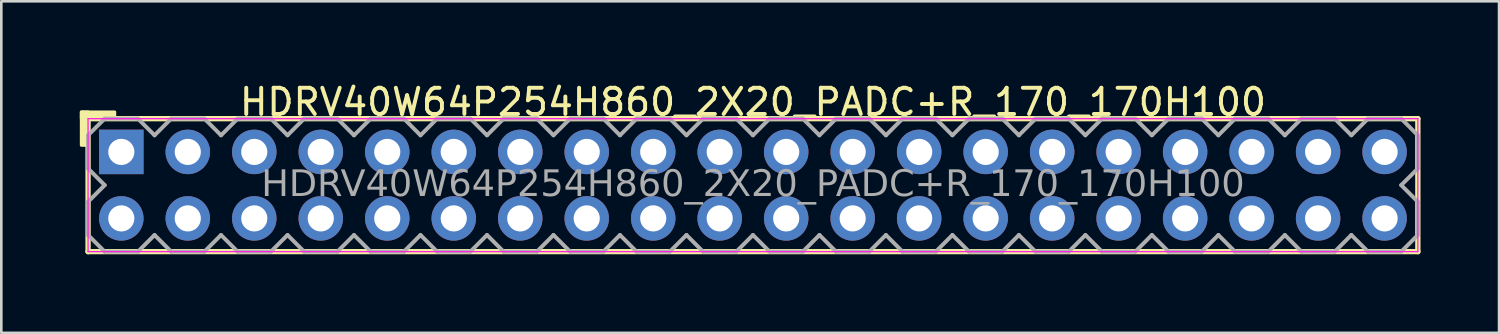
<source format=kicad_pcb>
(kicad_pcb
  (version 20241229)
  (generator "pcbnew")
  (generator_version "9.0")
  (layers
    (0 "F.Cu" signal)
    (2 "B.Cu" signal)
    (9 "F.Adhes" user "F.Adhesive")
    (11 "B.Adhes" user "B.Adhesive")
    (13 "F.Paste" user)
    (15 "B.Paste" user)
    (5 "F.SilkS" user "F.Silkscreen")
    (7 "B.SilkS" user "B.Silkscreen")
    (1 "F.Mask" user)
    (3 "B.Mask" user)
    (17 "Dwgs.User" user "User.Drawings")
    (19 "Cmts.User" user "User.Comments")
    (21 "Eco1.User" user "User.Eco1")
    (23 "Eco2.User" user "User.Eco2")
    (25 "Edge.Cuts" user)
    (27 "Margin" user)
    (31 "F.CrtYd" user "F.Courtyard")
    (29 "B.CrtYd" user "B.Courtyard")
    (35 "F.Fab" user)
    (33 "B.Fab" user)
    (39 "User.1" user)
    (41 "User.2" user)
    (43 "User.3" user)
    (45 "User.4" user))
  (footprint "HDRV40W64P254H860_2X20_PADC+R_170_170H100"
    (layer "F.Cu")
    (at 25.714 4.023)
    (property "Reference" "HDRV40W64P254H860_2X20_PADC+R_170_170H100" (at 0 -3.175 0) (layer "F.SilkS") (effects (font (size 1 1) (thickness 0.15))))
    (attr through_hole)
    (fp_line (start -25.4 2.54) (end -25.4 -2.54) (stroke (width 0.203) (type solid)) (layer "F.SilkS"))
    (fp_line (start 25.4 -2.54) (end -25.4 -2.54) (stroke (width 0.203) (type solid)) (layer "F.SilkS"))
    (fp_line (start 25.4 2.54) (end -25.4 2.54) (stroke (width 0.203) (type solid)) (layer "F.SilkS"))
    (fp_line (start 25.4 2.54) (end 25.4 -2.54) (stroke (width 0.203) (type solid)) (layer "F.SilkS"))
    (fp_rect (start -25.654 -1.524) (end -25.4 -2.794) (stroke (width 0.12) (type solid)) (fill yes) (layer "F.SilkS"))
    (fp_rect (start -24.384 -2.54) (end -25.654 -2.794) (stroke (width 0.12) (type solid)) (fill yes) (layer "F.SilkS"))
    (fp_line (start -25.4 2.54) (end -25.4 -2.54) (stroke (width 0.05) (type solid)) (layer "F.CrtYd"))
    (fp_line (start 25.4 -2.54) (end -25.4 -2.54) (stroke (width 0.05) (type solid)) (layer "F.CrtYd"))
    (fp_line (start 25.4 2.54) (end -25.4 2.54) (stroke (width 0.05) (type solid)) (layer "F.CrtYd"))
    (fp_line (start 25.4 2.54) (end 25.4 -2.54) (stroke (width 0.05) (type solid)) (layer "F.CrtYd"))
    (fp_line (start -25.4 -1.905) (end -25.4 -0.635) (stroke (width 0.152) (type solid)) (layer "F.Fab"))
    (fp_line (start -25.4 -1.905) (end -24.765 -2.54) (stroke (width 0.152) (type solid)) (layer "F.Fab"))
    (fp_line (start -25.4 0.635) (end -24.765 0) (stroke (width 0.152) (type solid)) (layer "F.Fab"))
    (fp_line (start -25.4 1.905) (end -25.4 0.635) (stroke (width 0.152) (type solid)) (layer "F.Fab"))
    (fp_line (start -24.765 -2.54) (end -23.495 -2.54) (stroke (width 0.152) (type solid)) (layer "F.Fab"))
    (fp_line (start -24.765 0) (end -25.4 -0.635) (stroke (width 0.152) (type solid)) (layer "F.Fab"))
    (fp_line (start -24.765 2.54) (end -25.4 1.905) (stroke (width 0.152) (type solid)) (layer "F.Fab"))
    (fp_line (start -23.495 -2.54) (end -22.86 -1.905) (stroke (width 0.152) (type solid)) (layer "F.Fab"))
    (fp_line (start -23.495 2.54) (end -24.765 2.54) (stroke (width 0.152) (type solid)) (layer "F.Fab"))
    (fp_line (start -22.86 -1.905) (end -22.225 -2.54) (stroke (width 0.152) (type solid)) (layer "F.Fab"))
    (fp_line (start -22.86 1.905) (end -23.495 2.54) (stroke (width 0.152) (type solid)) (layer "F.Fab"))
    (fp_line (start -22.225 -2.54) (end -20.955 -2.54) (stroke (width 0.152) (type solid)) (layer "F.Fab"))
    (fp_line (start -22.225 2.54) (end -22.86 1.905) (stroke (width 0.152) (type solid)) (layer "F.Fab"))
    (fp_line (start -20.955 -2.54) (end -20.32 -1.905) (stroke (width 0.152) (type solid)) (layer "F.Fab"))
    (fp_line (start -20.955 2.54) (end -22.225 2.54) (stroke (width 0.152) (type solid)) (layer "F.Fab"))
    (fp_line (start -20.32 -1.905) (end -19.685 -2.54) (stroke (width 0.152) (type solid)) (layer "F.Fab"))
    (fp_line (start -20.32 1.905) (end -20.955 2.54) (stroke (width 0.152) (type solid)) (layer "F.Fab"))
    (fp_line (start -19.685 -2.54) (end -18.415 -2.54) (stroke (width 0.152) (type solid)) (layer "F.Fab"))
    (fp_line (start -19.685 2.54) (end -20.32 1.905) (stroke (width 0.152) (type solid)) (layer "F.Fab"))
    (fp_line (start -18.415 -2.54) (end -17.78 -1.905) (stroke (width 0.152) (type solid)) (layer "F.Fab"))
    (fp_line (start -18.415 2.54) (end -19.685 2.54) (stroke (width 0.152) (type solid)) (layer "F.Fab"))
    (fp_line (start -17.78 -1.905) (end -17.145 -2.54) (stroke (width 0.152) (type solid)) (layer "F.Fab"))
    (fp_line (start -17.78 1.905) (end -18.415 2.54) (stroke (width 0.152) (type solid)) (layer "F.Fab"))
    (fp_line (start -17.145 -2.54) (end -15.875 -2.54) (stroke (width 0.152) (type solid)) (layer "F.Fab"))
    (fp_line (start -17.145 2.54) (end -17.78 1.905) (stroke (width 0.152) (type solid)) (layer "F.Fab"))
    (fp_line (start -15.875 -2.54) (end -15.24 -1.905) (stroke (width 0.152) (type solid)) (layer "F.Fab"))
    (fp_line (start -15.875 2.54) (end -17.145 2.54) (stroke (width 0.152) (type solid)) (layer "F.Fab"))
    (fp_line (start -15.24 -1.905) (end -14.605 -2.54) (stroke (width 0.152) (type solid)) (layer "F.Fab"))
    (fp_line (start -15.24 1.905) (end -15.875 2.54) (stroke (width 0.152) (type solid)) (layer "F.Fab"))
    (fp_line (start -14.605 -2.54) (end -13.335 -2.54) (stroke (width 0.152) (type solid)) (layer "F.Fab"))
    (fp_line (start -14.605 2.54) (end -15.24 1.905) (stroke (width 0.152) (type solid)) (layer "F.Fab"))
    (fp_line (start -13.335 -2.54) (end -12.7 -1.905) (stroke (width 0.152) (type solid)) (layer "F.Fab"))
    (fp_line (start -13.335 2.54) (end -14.605 2.54) (stroke (width 0.152) (type solid)) (layer "F.Fab"))
    (fp_line (start -12.7 -1.905) (end -12.065 -2.54) (stroke (width 0.152) (type solid)) (layer "F.Fab"))
    (fp_line (start -12.7 1.905) (end -13.335 2.54) (stroke (width 0.152) (type solid)) (layer "F.Fab"))
    (fp_line (start -12.065 -2.54) (end -10.795 -2.54) (stroke (width 0.152) (type solid)) (layer "F.Fab"))
    (fp_line (start -12.065 2.54) (end -12.7 1.905) (stroke (width 0.152) (type solid)) (layer "F.Fab"))
    (fp_line (start -10.795 -2.54) (end -10.16 -1.905) (stroke (width 0.152) (type solid)) (layer "F.Fab"))
    (fp_line (start -10.795 2.54) (end -12.065 2.54) (stroke (width 0.152) (type solid)) (layer "F.Fab"))
    (fp_line (start -10.16 -1.905) (end -9.525 -2.54) (stroke (width 0.152) (type solid)) (layer "F.Fab"))
    (fp_line (start -10.16 1.905) (end -10.795 2.54) (stroke (width 0.152) (type solid)) (layer "F.Fab"))
    (fp_line (start -9.525 -2.54) (end -8.255 -2.54) (stroke (width 0.152) (type solid)) (layer "F.Fab"))
    (fp_line (start -9.525 2.54) (end -10.16 1.905) (stroke (width 0.152) (type solid)) (layer "F.Fab"))
    (fp_line (start -8.255 -2.54) (end -7.62 -1.905) (stroke (width 0.152) (type solid)) (layer "F.Fab"))
    (fp_line (start -8.255 2.54) (end -9.525 2.54) (stroke (width 0.152) (type solid)) (layer "F.Fab"))
    (fp_line (start -7.62 -1.905) (end -6.985 -2.54) (stroke (width 0.152) (type solid)) (layer "F.Fab"))
    (fp_line (start -7.62 1.905) (end -8.255 2.54) (stroke (width 0.152) (type solid)) (layer "F.Fab"))
    (fp_line (start -6.985 -2.54) (end -5.715 -2.54) (stroke (width 0.152) (type solid)) (layer "F.Fab"))
    (fp_line (start -6.985 2.54) (end -7.62 1.905) (stroke (width 0.152) (type solid)) (layer "F.Fab"))
    (fp_line (start -5.715 -2.54) (end -5.08 -1.905) (stroke (width 0.152) (type solid)) (layer "F.Fab"))
    (fp_line (start -5.715 2.54) (end -6.985 2.54) (stroke (width 0.152) (type solid)) (layer "F.Fab"))
    (fp_line (start -5.08 -1.905) (end -4.445 -2.54) (stroke (width 0.152) (type solid)) (layer "F.Fab"))
    (fp_line (start -5.08 1.905) (end -5.715 2.54) (stroke (width 0.152) (type solid)) (layer "F.Fab"))
    (fp_line (start -4.445 -2.54) (end -3.175 -2.54) (stroke (width 0.152) (type solid)) (layer "F.Fab"))
    (fp_line (start -4.445 2.54) (end -5.08 1.905) (stroke (width 0.152) (type solid)) (layer "F.Fab"))
    (fp_line (start -3.175 -2.54) (end -2.54 -1.905) (stroke (width 0.152) (type solid)) (layer "F.Fab"))
    (fp_line (start -3.175 2.54) (end -4.445 2.54) (stroke (width 0.152) (type solid)) (layer "F.Fab"))
    (fp_line (start -2.54 -1.905) (end -1.905 -2.54) (stroke (width 0.152) (type solid)) (layer "F.Fab"))
    (fp_line (start -2.54 1.905) (end -3.175 2.54) (stroke (width 0.152) (type solid)) (layer "F.Fab"))
    (fp_line (start -1.905 -2.54) (end -0.635 -2.54) (stroke (width 0.152) (type solid)) (layer "F.Fab"))
    (fp_line (start -1.905 2.54) (end -2.54 1.905) (stroke (width 0.152) (type solid)) (layer "F.Fab"))
    (fp_line (start -0.635 -2.54) (end 0 -1.905) (stroke (width 0.152) (type solid)) (layer "F.Fab"))
    (fp_line (start -0.635 2.54) (end -1.905 2.54) (stroke (width 0.152) (type solid)) (layer "F.Fab"))
    (fp_line (start 0 -1.905) (end 0.635 -2.54) (stroke (width 0.152) (type solid)) (layer "F.Fab"))
    (fp_line (start 0 1.905) (end -0.635 2.54) (stroke (width 0.152) (type solid)) (layer "F.Fab"))
    (fp_line (start 0.635 -2.54) (end 1.905 -2.54) (stroke (width 0.152) (type solid)) (layer "F.Fab"))
    (fp_line (start 0.635 2.54) (end 0 1.905) (stroke (width 0.152) (type solid)) (layer "F.Fab"))
    (fp_line (start 1.905 -2.54) (end 2.54 -1.905) (stroke (width 0.152) (type solid)) (layer "F.Fab"))
    (fp_line (start 1.905 2.54) (end 0.635 2.54) (stroke (width 0.152) (type solid)) (layer "F.Fab"))
    (fp_line (start 2.54 -1.905) (end 3.175 -2.54) (stroke (width 0.152) (type solid)) (layer "F.Fab"))
    (fp_line (start 2.54 1.905) (end 1.905 2.54) (stroke (width 0.152) (type solid)) (layer "F.Fab"))
    (fp_line (start 3.175 -2.54) (end 4.445 -2.54) (stroke (width 0.152) (type solid)) (layer "F.Fab"))
    (fp_line (start 3.175 2.54) (end 2.54 1.905) (stroke (width 0.152) (type solid)) (layer "F.Fab"))
    (fp_line (start 4.445 -2.54) (end 5.08 -1.905) (stroke (width 0.152) (type solid)) (layer "F.Fab"))
    (fp_line (start 4.445 2.54) (end 3.175 2.54) (stroke (width 0.152) (type solid)) (layer "F.Fab"))
    (fp_line (start 5.08 -1.905) (end 5.715 -2.54) (stroke (width 0.152) (type solid)) (layer "F.Fab"))
    (fp_line (start 5.08 1.905) (end 4.445 2.54) (stroke (width 0.152) (type solid)) (layer "F.Fab"))
    (fp_line (start 5.715 -2.54) (end 6.985 -2.54) (stroke (width 0.152) (type solid)) (layer "F.Fab"))
    (fp_line (start 5.715 2.54) (end 5.08 1.905) (stroke (width 0.152) (type solid)) (layer "F.Fab"))
    (fp_line (start 6.985 -2.54) (end 7.62 -1.905) (stroke (width 0.152) (type solid)) (layer "F.Fab"))
    (fp_line (start 6.985 2.54) (end 5.715 2.54) (stroke (width 0.152) (type solid)) (layer "F.Fab"))
    (fp_line (start 7.62 -1.905) (end 8.255 -2.54) (stroke (width 0.152) (type solid)) (layer "F.Fab"))
    (fp_line (start 7.62 1.905) (end 6.985 2.54) (stroke (width 0.152) (type solid)) (layer "F.Fab"))
    (fp_line (start 8.255 -2.54) (end 9.525 -2.54) (stroke (width 0.152) (type solid)) (layer "F.Fab"))
    (fp_line (start 8.255 2.54) (end 7.62 1.905) (stroke (width 0.152) (type solid)) (layer "F.Fab"))
    (fp_line (start 9.525 -2.54) (end 10.16 -1.905) (stroke (width 0.152) (type solid)) (layer "F.Fab"))
    (fp_line (start 9.525 2.54) (end 8.255 2.54) (stroke (width 0.152) (type solid)) (layer "F.Fab"))
    (fp_line (start 10.16 -1.905) (end 10.795 -2.54) (stroke (width 0.152) (type solid)) (layer "F.Fab"))
    (fp_line (start 10.16 1.905) (end 9.525 2.54) (stroke (width 0.152) (type solid)) (layer "F.Fab"))
    (fp_line (start 10.795 -2.54) (end 12.065 -2.54) (stroke (width 0.152) (type solid)) (layer "F.Fab"))
    (fp_line (start 10.795 2.54) (end 10.16 1.905) (stroke (width 0.152) (type solid)) (layer "F.Fab"))
    (fp_line (start 12.065 -2.54) (end 12.7 -1.905) (stroke (width 0.152) (type solid)) (layer "F.Fab"))
    (fp_line (start 12.065 2.54) (end 10.795 2.54) (stroke (width 0.152) (type solid)) (layer "F.Fab"))
    (fp_line (start 12.7 -1.905) (end 13.335 -2.54) (stroke (width 0.152) (type solid)) (layer "F.Fab"))
    (fp_line (start 12.7 1.905) (end 12.065 2.54) (stroke (width 0.152) (type solid)) (layer "F.Fab"))
    (fp_line (start 13.335 -2.54) (end 14.605 -2.54) (stroke (width 0.152) (type solid)) (layer "F.Fab"))
    (fp_line (start 13.335 2.54) (end 12.7 1.905) (stroke (width 0.152) (type solid)) (layer "F.Fab"))
    (fp_line (start 14.605 -2.54) (end 15.24 -1.905) (stroke (width 0.152) (type solid)) (layer "F.Fab"))
    (fp_line (start 14.605 2.54) (end 13.335 2.54) (stroke (width 0.152) (type solid)) (layer "F.Fab"))
    (fp_line (start 15.24 -1.905) (end 15.875 -2.54) (stroke (width 0.152) (type solid)) (layer "F.Fab"))
    (fp_line (start 15.24 1.905) (end 14.605 2.54) (stroke (width 0.152) (type solid)) (layer "F.Fab"))
    (fp_line (start 15.875 -2.54) (end 17.145 -2.54) (stroke (width 0.152) (type solid)) (layer "F.Fab"))
    (fp_line (start 15.875 2.54) (end 15.24 1.905) (stroke (width 0.152) (type solid)) (layer "F.Fab"))
    (fp_line (start 17.145 -2.54) (end 17.78 -1.905) (stroke (width 0.152) (type solid)) (layer "F.Fab"))
    (fp_line (start 17.145 2.54) (end 15.875 2.54) (stroke (width 0.152) (type solid)) (layer "F.Fab"))
    (fp_line (start 17.78 -1.905) (end 18.415 -2.54) (stroke (width 0.152) (type solid)) (layer "F.Fab"))
    (fp_line (start 17.78 1.905) (end 17.145 2.54) (stroke (width 0.152) (type solid)) (layer "F.Fab"))
    (fp_line (start 18.415 -2.54) (end 19.685 -2.54) (stroke (width 0.152) (type solid)) (layer "F.Fab"))
    (fp_line (start 18.415 2.54) (end 17.78 1.905) (stroke (width 0.152) (type solid)) (layer "F.Fab"))
    (fp_line (start 19.685 -2.54) (end 20.32 -1.905) (stroke (width 0.152) (type solid)) (layer "F.Fab"))
    (fp_line (start 19.685 2.54) (end 18.415 2.54) (stroke (width 0.152) (type solid)) (layer "F.Fab"))
    (fp_line (start 20.32 -1.905) (end 20.955 -2.54) (stroke (width 0.152) (type solid)) (layer "F.Fab"))
    (fp_line (start 20.32 1.905) (end 19.685 2.54) (stroke (width 0.152) (type solid)) (layer "F.Fab"))
    (fp_line (start 20.955 -2.54) (end 22.225 -2.54) (stroke (width 0.152) (type solid)) (layer "F.Fab"))
    (fp_line (start 20.955 2.54) (end 20.32 1.905) (stroke (width 0.152) (type solid)) (layer "F.Fab"))
    (fp_line (start 22.225 -2.54) (end 22.86 -1.905) (stroke (width 0.152) (type solid)) (layer "F.Fab"))
    (fp_line (start 22.225 2.54) (end 20.955 2.54) (stroke (width 0.152) (type solid)) (layer "F.Fab"))
    (fp_line (start 22.86 -1.905) (end 23.495 -2.54) (stroke (width 0.152) (type solid)) (layer "F.Fab"))
    (fp_line (start 22.86 1.905) (end 22.225 2.54) (stroke (width 0.152) (type solid)) (layer "F.Fab"))
    (fp_line (start 23.495 -2.54) (end 24.765 -2.54) (stroke (width 0.152) (type solid)) (layer "F.Fab"))
    (fp_line (start 23.495 2.54) (end 22.86 1.905) (stroke (width 0.152) (type solid)) (layer "F.Fab"))
    (fp_line (start 24.765 -2.54) (end 25.4 -1.905) (stroke (width 0.152) (type solid)) (layer "F.Fab"))
    (fp_line (start 24.765 0) (end 25.4 0.635) (stroke (width 0.152) (type solid)) (layer "F.Fab"))
    (fp_line (start 24.765 2.54) (end 23.495 2.54) (stroke (width 0.152) (type solid)) (layer "F.Fab"))
    (fp_line (start 25.4 -1.905) (end 25.4 -0.635) (stroke (width 0.152) (type solid)) (layer "F.Fab"))
    (fp_line (start 25.4 -0.635) (end 24.765 0) (stroke (width 0.152) (type solid)) (layer "F.Fab"))
    (fp_line (start 25.4 0.635) (end 25.4 1.905) (stroke (width 0.152) (type solid)) (layer "F.Fab"))
    (fp_line (start 25.4 1.905) (end 24.765 2.54) (stroke (width 0.152) (type solid)) (layer "F.Fab"))
    (fp_rect (start -23.876 -1.524) (end -24.384 -1.016) (stroke (width 0.152) (type solid)) (fill no) (layer "F.Fab"))
    (fp_rect (start -23.876 1.016) (end -24.384 1.524) (stroke (width 0.152) (type solid)) (fill no) (layer "F.Fab"))
    (fp_rect (start -21.336 -1.524) (end -21.844 -1.016) (stroke (width 0.152) (type solid)) (fill no) (layer "F.Fab"))
    (fp_rect (start -21.336 1.016) (end -21.844 1.524) (stroke (width 0.152) (type solid)) (fill no) (layer "F.Fab"))
    (fp_rect (start -18.796 -1.524) (end -19.304 -1.016) (stroke (width 0.152) (type solid)) (fill no) (layer "F.Fab"))
    (fp_rect (start -18.796 1.016) (end -19.304 1.524) (stroke (width 0.152) (type solid)) (fill no) (layer "F.Fab"))
    (fp_rect (start -16.256 -1.524) (end -16.764 -1.016) (stroke (width 0.152) (type solid)) (fill no) (layer "F.Fab"))
    (fp_rect (start -16.256 1.016) (end -16.764 1.524) (stroke (width 0.152) (type solid)) (fill no) (layer "F.Fab"))
    (fp_rect (start -13.716 -1.524) (end -14.224 -1.016) (stroke (width 0.152) (type solid)) (fill no) (layer "F.Fab"))
    (fp_rect (start -13.716 1.016) (end -14.224 1.524) (stroke (width 0.152) (type solid)) (fill no) (layer "F.Fab"))
    (fp_rect (start -11.176 -1.524) (end -11.684 -1.016) (stroke (width 0.152) (type solid)) (fill no) (layer "F.Fab"))
    (fp_rect (start -11.176 1.016) (end -11.684 1.524) (stroke (width 0.152) (type solid)) (fill no) (layer "F.Fab"))
    (fp_rect (start -8.636 -1.524) (end -9.144 -1.016) (stroke (width 0.152) (type solid)) (fill no) (layer "F.Fab"))
    (fp_rect (start -8.636 1.016) (end -9.144 1.524) (stroke (width 0.152) (type solid)) (fill no) (layer "F.Fab"))
    (fp_rect (start -6.096 -1.524) (end -6.604 -1.016) (stroke (width 0.152) (type solid)) (fill no) (layer "F.Fab"))
    (fp_rect (start -6.096 1.016) (end -6.604 1.524) (stroke (width 0.152) (type solid)) (fill no) (layer "F.Fab"))
    (fp_rect (start -3.556 -1.524) (end -4.064 -1.016) (stroke (width 0.152) (type solid)) (fill no) (layer "F.Fab"))
    (fp_rect (start -3.556 1.016) (end -4.064 1.524) (stroke (width 0.152) (type solid)) (fill no) (layer "F.Fab"))
    (fp_rect (start -1.016 -1.524) (end -1.524 -1.016) (stroke (width 0.152) (type solid)) (fill no) (layer "F.Fab"))
    (fp_rect (start -1.016 1.016) (end -1.524 1.524) (stroke (width 0.152) (type solid)) (fill no) (layer "F.Fab"))
    (fp_rect (start 1.524 -1.524) (end 1.016 -1.016) (stroke (width 0.152) (type solid)) (fill no) (layer "F.Fab"))
    (fp_rect (start 1.524 1.016) (end 1.016 1.524) (stroke (width 0.152) (type solid)) (fill no) (layer "F.Fab"))
    (fp_rect (start 4.064 -1.524) (end 3.556 -1.016) (stroke (width 0.152) (type solid)) (fill no) (layer "F.Fab"))
    (fp_rect (start 4.064 1.016) (end 3.556 1.524) (stroke (width 0.152) (type solid)) (fill no) (layer "F.Fab"))
    (fp_rect (start 6.604 -1.524) (end 6.096 -1.016) (stroke (width 0.152) (type solid)) (fill no) (layer "F.Fab"))
    (fp_rect (start 6.604 1.016) (end 6.096 1.524) (stroke (width 0.152) (type solid)) (fill no) (layer "F.Fab"))
    (fp_rect (start 9.144 -1.524) (end 8.636 -1.016) (stroke (width 0.152) (type solid)) (fill no) (layer "F.Fab"))
    (fp_rect (start 9.144 1.016) (end 8.636 1.524) (stroke (width 0.152) (type solid)) (fill no) (layer "F.Fab"))
    (fp_rect (start 11.684 -1.524) (end 11.176 -1.016) (stroke (width 0.152) (type solid)) (fill no) (layer "F.Fab"))
    (fp_rect (start 11.684 1.016) (end 11.176 1.524) (stroke (width 0.152) (type solid)) (fill no) (layer "F.Fab"))
    (fp_rect (start 14.224 -1.524) (end 13.716 -1.016) (stroke (width 0.152) (type solid)) (fill no) (layer "F.Fab"))
    (fp_rect (start 14.224 1.016) (end 13.716 1.524) (stroke (width 0.152) (type solid)) (fill no) (layer "F.Fab"))
    (fp_rect (start 16.764 -1.524) (end 16.256 -1.016) (stroke (width 0.152) (type solid)) (fill no) (layer "F.Fab"))
    (fp_rect (start 16.764 1.016) (end 16.256 1.524) (stroke (width 0.152) (type solid)) (fill no) (layer "F.Fab"))
    (fp_rect (start 19.304 -1.524) (end 18.796 -1.016) (stroke (width 0.152) (type solid)) (fill no) (layer "F.Fab"))
    (fp_rect (start 19.304 1.016) (end 18.796 1.524) (stroke (width 0.152) (type solid)) (fill no) (layer "F.Fab"))
    (fp_rect (start 21.844 -1.524) (end 21.336 -1.016) (stroke (width 0.152) (type solid)) (fill no) (layer "F.Fab"))
    (fp_rect (start 21.844 1.016) (end 21.336 1.524) (stroke (width 0.152) (type solid)) (fill no) (layer "F.Fab"))
    (fp_rect (start 24.384 -1.524) (end 23.876 -1.016) (stroke (width 0.152) (type solid)) (fill no) (layer "F.Fab"))
    (fp_rect (start 24.384 1.016) (end 23.876 1.524) (stroke (width 0.152) (type solid)) (fill no) (layer "F.Fab"))
    (fp_text user "${REFERENCE}" (at 0 0 0) (layer "F.Fab") (effects (font (face "Tahoma") (size 1 1) (thickness 0.15))))
    (pad "1" thru_hole rect (at -24.13 -1.27) (size 1.7 1.7) (drill 1) (layers "*.Cu" "*.Mask"))
    (pad "2" thru_hole circle (at -24.13 1.27) (size 1.7 1.7) (drill 1) (layers "*.Cu" "*.Mask"))
    (pad "3" thru_hole circle (at -21.59 -1.27) (size 1.7 1.7) (drill 1) (layers "*.Cu" "*.Mask"))
    (pad "4" thru_hole circle (at -21.59 1.27) (size 1.7 1.7) (drill 1) (layers "*.Cu" "*.Mask"))
    (pad "5" thru_hole circle (at -19.05 -1.27) (size 1.7 1.7) (drill 1) (layers "*.Cu" "*.Mask"))
    (pad "6" thru_hole circle (at -19.05 1.27) (size 1.7 1.7) (drill 1) (layers "*.Cu" "*.Mask"))
    (pad "7" thru_hole circle (at -16.51 -1.27) (size 1.7 1.7) (drill 1) (layers "*.Cu" "*.Mask"))
    (pad "8" thru_hole circle (at -16.51 1.27) (size 1.7 1.7) (drill 1) (layers "*.Cu" "*.Mask"))
    (pad "9" thru_hole circle (at -13.97 -1.27) (size 1.7 1.7) (drill 1) (layers "*.Cu" "*.Mask"))
    (pad "10" thru_hole circle (at -13.97 1.27) (size 1.7 1.7) (drill 1) (layers "*.Cu" "*.Mask"))
    (pad "11" thru_hole circle (at -11.43 -1.27) (size 1.7 1.7) (drill 1) (layers "*.Cu" "*.Mask"))
    (pad "12" thru_hole circle (at -11.43 1.27) (size 1.7 1.7) (drill 1) (layers "*.Cu" "*.Mask"))
    (pad "13" thru_hole circle (at -8.89 -1.27) (size 1.7 1.7) (drill 1) (layers "*.Cu" "*.Mask"))
    (pad "14" thru_hole circle (at -8.89 1.27) (size 1.7 1.7) (drill 1) (layers "*.Cu" "*.Mask"))
    (pad "15" thru_hole circle (at -6.35 -1.27) (size 1.7 1.7) (drill 1) (layers "*.Cu" "*.Mask"))
    (pad "16" thru_hole circle (at -6.35 1.27) (size 1.7 1.7) (drill 1) (layers "*.Cu" "*.Mask"))
    (pad "17" thru_hole circle (at -3.81 -1.27) (size 1.7 1.7) (drill 1) (layers "*.Cu" "*.Mask"))
    (pad "18" thru_hole circle (at -3.81 1.27) (size 1.7 1.7) (drill 1) (layers "*.Cu" "*.Mask"))
    (pad "19" thru_hole circle (at -1.27 -1.27) (size 1.7 1.7) (drill 1) (layers "*.Cu" "*.Mask"))
    (pad "20" thru_hole circle (at -1.27 1.27) (size 1.7 1.7) (drill 1) (layers "*.Cu" "*.Mask"))
    (pad "21" thru_hole circle (at 1.27 -1.27) (size 1.7 1.7) (drill 1) (layers "*.Cu" "*.Mask"))
    (pad "22" thru_hole circle (at 1.27 1.27) (size 1.7 1.7) (drill 1) (layers "*.Cu" "*.Mask"))
    (pad "23" thru_hole circle (at 3.81 -1.27) (size 1.7 1.7) (drill 1) (layers "*.Cu" "*.Mask"))
    (pad "24" thru_hole circle (at 3.81 1.27) (size 1.7 1.7) (drill 1) (layers "*.Cu" "*.Mask"))
    (pad "25" thru_hole circle (at 6.35 -1.27) (size 1.7 1.7) (drill 1) (layers "*.Cu" "*.Mask"))
    (pad "26" thru_hole circle (at 6.35 1.27) (size 1.7 1.7) (drill 1) (layers "*.Cu" "*.Mask"))
    (pad "27" thru_hole circle (at 8.89 -1.27) (size 1.7 1.7) (drill 1) (layers "*.Cu" "*.Mask"))
    (pad "28" thru_hole circle (at 8.89 1.27) (size 1.7 1.7) (drill 1) (layers "*.Cu" "*.Mask"))
    (pad "29" thru_hole circle (at 11.43 -1.27) (size 1.7 1.7) (drill 1) (layers "*.Cu" "*.Mask"))
    (pad "30" thru_hole circle (at 11.43 1.27) (size 1.7 1.7) (drill 1) (layers "*.Cu" "*.Mask"))
    (pad "31" thru_hole circle (at 13.97 -1.27) (size 1.7 1.7) (drill 1) (layers "*.Cu" "*.Mask"))
    (pad "32" thru_hole circle (at 13.97 1.27) (size 1.7 1.7) (drill 1) (layers "*.Cu" "*.Mask"))
    (pad "33" thru_hole circle (at 16.51 -1.27) (size 1.7 1.7) (drill 1) (layers "*.Cu" "*.Mask"))
    (pad "34" thru_hole circle (at 16.51 1.27) (size 1.7 1.7) (drill 1) (layers "*.Cu" "*.Mask"))
    (pad "35" thru_hole circle (at 19.05 -1.27) (size 1.7 1.7) (drill 1) (layers "*.Cu" "*.Mask"))
    (pad "36" thru_hole circle (at 19.05 1.27) (size 1.7 1.7) (drill 1) (layers "*.Cu" "*.Mask"))
    (pad "37" thru_hole circle (at 21.59 -1.27) (size 1.7 1.7) (drill 1) (layers "*.Cu" "*.Mask"))
    (pad "38" thru_hole circle (at 21.59 1.27) (size 1.7 1.7) (drill 1) (layers "*.Cu" "*.Mask"))
    (pad "39" thru_hole circle (at 24.13 -1.27) (size 1.7 1.7) (drill 1) (layers "*.Cu" "*.Mask"))
    (pad "40" thru_hole circle (at 24.13 1.27) (size 1.7 1.7) (drill 1) (layers "*.Cu" "*.Mask")))
  (gr_rect
    (start -3 -3)
    (end 54.216 9.665)
    (stroke (width 0.1) (type default))
    (fill no)
    (layer "Edge.Cuts")))
</source>
